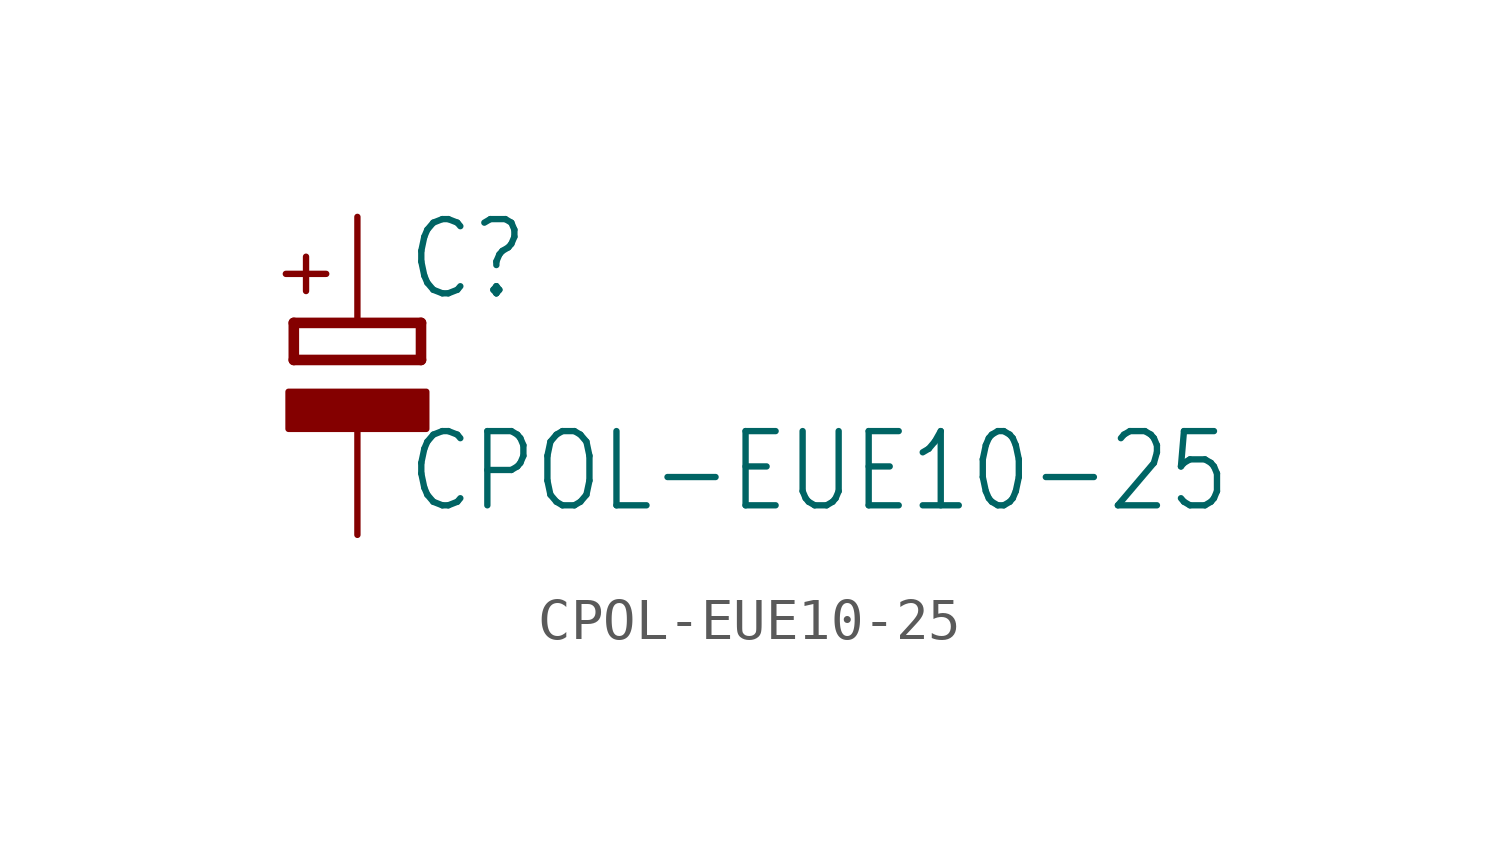
<source format=kicad_sym>
(kicad_symbol_lib
  (version 20220914)
  (generator kicad_symbol_editor)
  (symbol "CPOL-EUE10-25"
    (property "Reference" "C"
      (at 1.143 0.483 0)
      (effects (font (size 1.778 1.511)) (justify left bottom)))
    (property "Value" "CPOL-EUE10-25"
      (at 1.143 -4.597 0)
      (effects (font (size 1.778 1.511)) (justify left bottom)))
    (property "ki_locked" ""
      (at 0 0 0)
      (effects (font (size 1.27 1.27))))
    (symbol "CPOL-EUE10-25_1_0"
      (rectangle (start -1.651 -2.54) (end 1.651 -1.651) (stroke (width 0) (type default)) (fill (type outline)))
      (polyline (pts (xy -1.524 -0.889) (xy 1.524 -0.889)) (stroke (width 0.254) (type default)) (fill (type none)))
      (polyline (pts (xy -1.524 0) (xy -1.524 -0.889)) (stroke (width 0.254) (type default)) (fill (type none)))
      (polyline (pts (xy -1.524 0) (xy 1.524 0)) (stroke (width 0.254) (type default)) (fill (type none)))
      (polyline (pts (xy 1.524 -0.889) (xy 1.524 0)) (stroke (width 0.254) (type default)) (fill (type none)))
      (text "+" (at -0.584 0.406 900) (effects (font (size 1.27 1.079)) (justify left bottom)))
      (pin passive line (at 0 2.54 270) (length 2.54) (name "+" (effects (font (size 0 0)))) (number "+" (effects (font (size 0 0)))))
      (pin passive line (at 0 -5.08 90) (length 2.54) (name "-" (effects (font (size 0 0)))) (number "-" (effects (font (size 0 0))))))))
</source>
